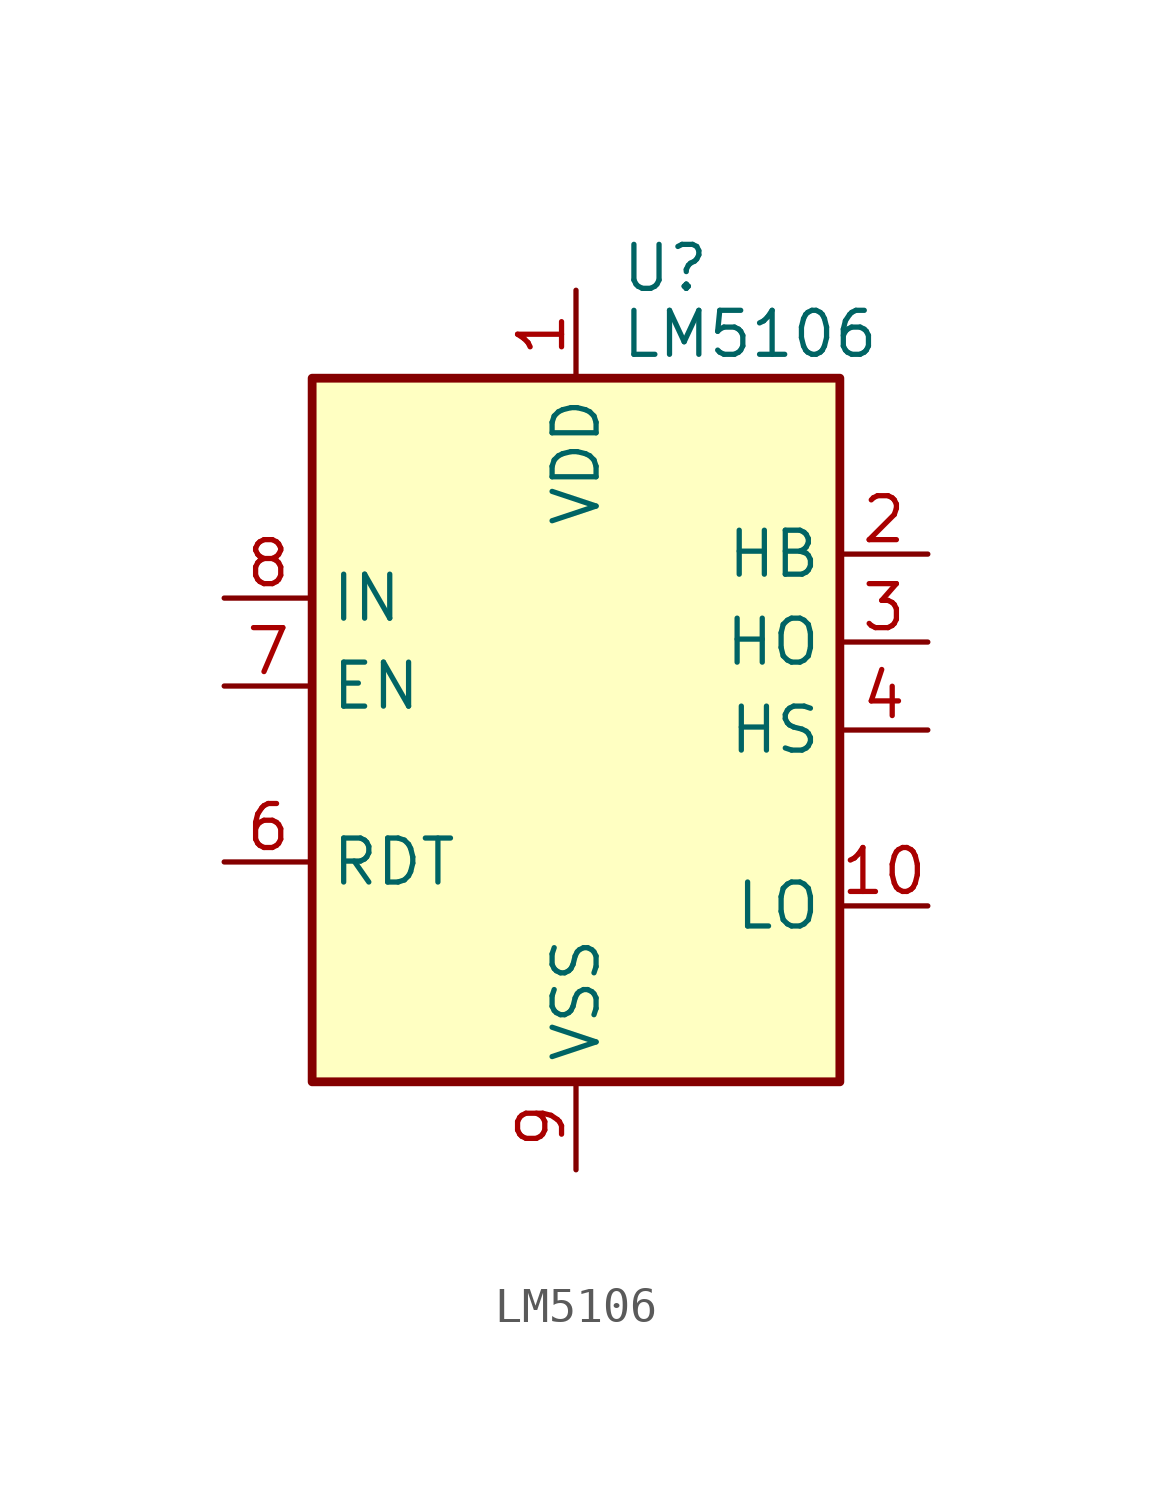
<source format=kicad_sym>
(kicad_symbol_lib
  (version 20240819)
  (generator "kicad_symbol_editor")
  (generator_version "8.99")
  (symbol "LM5106"
    (property "Reference" "U"
      (at 1.27 13.335 0)
      (effects (font (size 1.27 1.27)) (justify left)))
    (property "Value" "LM5106"
      (at 1.27 11.43 0)
      (effects (font (size 1.27 1.27)) (justify left)))
    (symbol "LM5106_0_1"
      (rectangle (start -7.62 10.16) (end 7.62 -10.16) (stroke (width 0.254) (type default)) (fill (type background))))
    (symbol "LM5106_1_1"
      (pin input line (at -10.16 3.81 0) (length 2.54) (name "IN" (effects (font (size 1.27 1.27)))) (number "8" (effects (font (size 1.27 1.27)))))
      (pin input line (at -10.16 1.27 0) (length 2.54) (name "EN" (effects (font (size 1.27 1.27)))) (number "7" (effects (font (size 1.27 1.27)))))
      (pin output line (at -10.16 -3.81 0) (length 2.54) (name "RDT" (effects (font (size 1.27 1.27)))) (number "6" (effects (font (size 1.27 1.27)))))
      (pin no_connect line (at -10.16 -8.89 0) (length 2.54) (hide yes) (name "NC" (effects (font (size 1.27 1.27)))) (number "5" (effects (font (size 1.27 1.27)))))
      (pin power_in line (at 0 12.7 270) (length 2.54) (name "VDD" (effects (font (size 1.27 1.27)))) (number "1" (effects (font (size 1.27 1.27)))))
      (pin power_in line (at 0 -12.7 90) (length 2.54) (name "VSS" (effects (font (size 1.27 1.27)))) (number "9" (effects (font (size 1.27 1.27)))))
      (pin passive line (at 10.16 5.08 180) (length 2.54) (name "HB" (effects (font (size 1.27 1.27)))) (number "2" (effects (font (size 1.27 1.27)))))
      (pin output line (at 10.16 2.54 180) (length 2.54) (name "HO" (effects (font (size 1.27 1.27)))) (number "3" (effects (font (size 1.27 1.27)))))
      (pin passive line (at 10.16 0 180) (length 2.54) (name "HS" (effects (font (size 1.27 1.27)))) (number "4" (effects (font (size 1.27 1.27)))))
      (pin output line (at 10.16 -5.08 180) (length 2.54) (name "LO" (effects (font (size 1.27 1.27)))) (number "10" (effects (font (size 1.27 1.27))))))))
</source>
